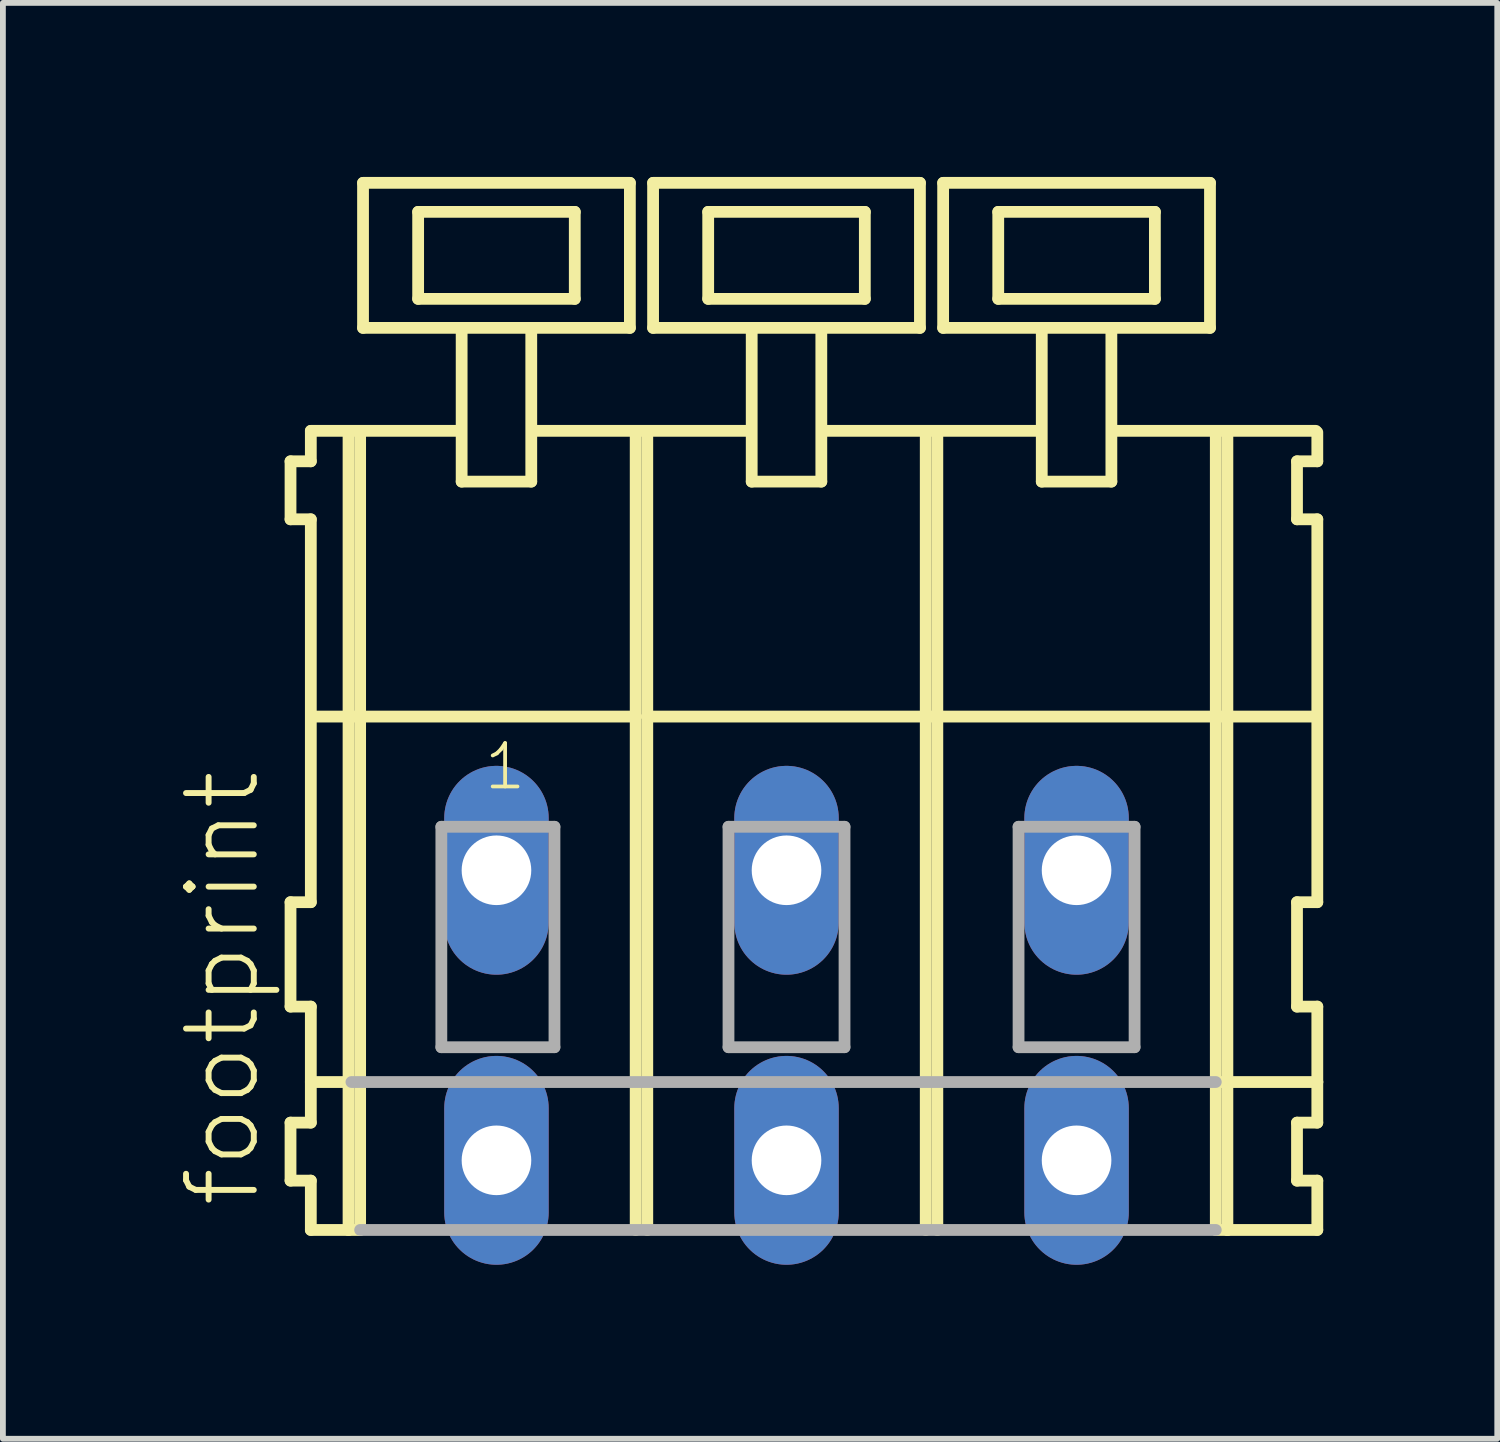
<source format=kicad_pcb>
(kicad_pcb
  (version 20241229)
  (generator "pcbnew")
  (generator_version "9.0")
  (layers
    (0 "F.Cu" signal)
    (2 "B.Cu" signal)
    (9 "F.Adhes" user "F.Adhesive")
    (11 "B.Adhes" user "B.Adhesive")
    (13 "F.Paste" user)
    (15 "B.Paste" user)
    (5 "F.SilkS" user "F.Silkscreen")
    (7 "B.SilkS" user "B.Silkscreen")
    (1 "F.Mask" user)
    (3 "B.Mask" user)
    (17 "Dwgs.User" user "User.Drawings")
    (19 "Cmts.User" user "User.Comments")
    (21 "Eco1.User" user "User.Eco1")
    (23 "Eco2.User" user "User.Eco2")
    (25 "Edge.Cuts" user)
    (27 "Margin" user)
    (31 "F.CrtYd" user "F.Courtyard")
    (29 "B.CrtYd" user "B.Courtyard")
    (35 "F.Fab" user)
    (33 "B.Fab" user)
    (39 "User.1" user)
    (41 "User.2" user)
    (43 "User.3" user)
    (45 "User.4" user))
  (footprint "footprint"
    (layer "F.Cu")
    (at 8.008 11.952)
    (property "Reference" "footprint" (at -6.535 5.855 90) (layer "F.SilkS") (effects (font (size 1.168 1.168) (thickness 0.102)) (justify left bottom)))
    (fp_line (start -6.05 -7.05) (end -6.05 -6.05) (stroke (width 0.203) (type solid)) (layer "F.SilkS"))
    (fp_line (start -6.05 -6.05) (end -5.7 -6.05) (stroke (width 0.203) (type solid)) (layer "F.SilkS"))
    (fp_line (start -6.05 0.55) (end -6.05 2.35) (stroke (width 0.203) (type solid)) (layer "F.SilkS"))
    (fp_line (start -6.05 2.35) (end -5.7 2.35) (stroke (width 0.203) (type solid)) (layer "F.SilkS"))
    (fp_line (start -6.05 4.35) (end -6.05 5.35) (stroke (width 0.203) (type solid)) (layer "F.SilkS"))
    (fp_line (start -6.05 5.35) (end -5.7 5.35) (stroke (width 0.203) (type solid)) (layer "F.SilkS"))
    (fp_line (start -5.7 -7.575) (end -5.7 -7.05) (stroke (width 0.203) (type solid)) (layer "F.SilkS"))
    (fp_line (start -5.7 -7.575) (end -3.125 -7.575) (stroke (width 0.203) (type solid)) (layer "F.SilkS"))
    (fp_line (start -5.7 -7.05) (end -6.05 -7.05) (stroke (width 0.203) (type solid)) (layer "F.SilkS"))
    (fp_line (start -5.7 -6.05) (end -5.7 0.55) (stroke (width 0.203) (type solid)) (layer "F.SilkS"))
    (fp_line (start -5.7 0.55) (end -6.05 0.55) (stroke (width 0.203) (type solid)) (layer "F.SilkS"))
    (fp_line (start -5.7 2.35) (end -5.7 4.35) (stroke (width 0.203) (type solid)) (layer "F.SilkS"))
    (fp_line (start -5.7 3.65) (end -5 3.65) (stroke (width 0.203) (type solid)) (layer "F.SilkS"))
    (fp_line (start -5.7 4.35) (end -6.05 4.35) (stroke (width 0.203) (type solid)) (layer "F.SilkS"))
    (fp_line (start -5.7 5.35) (end -5.7 6.2) (stroke (width 0.203) (type solid)) (layer "F.SilkS"))
    (fp_line (start -5.7 6.2) (end -5.05 6.2) (stroke (width 0.203) (type solid)) (layer "F.SilkS"))
    (fp_line (start -5.65 -2.65) (end -0.1 -2.65) (stroke (width 0.203) (type solid)) (layer "F.SilkS"))
    (fp_line (start -5.05 -7.55) (end -5.05 6.2) (stroke (width 0.203) (type solid)) (layer "F.SilkS"))
    (fp_line (start -5.05 6.2) (end -4.85 6.2) (stroke (width 0.203) (type solid)) (layer "F.SilkS"))
    (fp_line (start -4.85 -7.55) (end -4.85 6.2) (stroke (width 0.203) (type solid)) (layer "F.SilkS"))
    (fp_line (start -4.8 -11.85) (end -4.8 -9.35) (stroke (width 0.203) (type solid)) (layer "F.SilkS"))
    (fp_line (start -4.8 -9.35) (end -3.1 -9.35) (stroke (width 0.203) (type solid)) (layer "F.SilkS"))
    (fp_line (start -3.85 -11.35) (end -3.85 -9.85) (stroke (width 0.203) (type solid)) (layer "F.SilkS"))
    (fp_line (start -3.85 -9.85) (end -1.15 -9.85) (stroke (width 0.203) (type solid)) (layer "F.SilkS"))
    (fp_line (start -3.1 -9.35) (end -3.1 -6.7) (stroke (width 0.203) (type solid)) (layer "F.SilkS"))
    (fp_line (start -3.1 -9.35) (end -1.9 -9.35) (stroke (width 0.203) (type solid)) (layer "F.SilkS"))
    (fp_line (start -3.1 -6.7) (end -1.9 -6.7) (stroke (width 0.203) (type solid)) (layer "F.SilkS"))
    (fp_line (start -1.9 -9.35) (end -0.2 -9.35) (stroke (width 0.203) (type solid)) (layer "F.SilkS"))
    (fp_line (start -1.9 -6.7) (end -1.9 -9.35) (stroke (width 0.203) (type solid)) (layer "F.SilkS"))
    (fp_line (start -1.825 -7.575) (end 1.875 -7.575) (stroke (width 0.203) (type solid)) (layer "F.SilkS"))
    (fp_line (start -1.15 -11.35) (end -3.85 -11.35) (stroke (width 0.203) (type solid)) (layer "F.SilkS"))
    (fp_line (start -1.15 -9.85) (end -1.15 -11.35) (stroke (width 0.203) (type solid)) (layer "F.SilkS"))
    (fp_line (start -0.2 -11.85) (end -4.8 -11.85) (stroke (width 0.203) (type solid)) (layer "F.SilkS"))
    (fp_line (start -0.2 -9.35) (end -0.2 -11.85) (stroke (width 0.203) (type solid)) (layer "F.SilkS"))
    (fp_line (start -0.1 -7.55) (end -0.1 -2.65) (stroke (width 0.203) (type solid)) (layer "F.SilkS"))
    (fp_line (start -0.1 -2.65) (end -0.1 6.2) (stroke (width 0.203) (type solid)) (layer "F.SilkS"))
    (fp_line (start 0.1 -7.55) (end 0.1 -2.65) (stroke (width 0.203) (type solid)) (layer "F.SilkS"))
    (fp_line (start 0.1 -2.65) (end 0.1 6.2) (stroke (width 0.203) (type solid)) (layer "F.SilkS"))
    (fp_line (start 0.1 -2.65) (end 4.9 -2.65) (stroke (width 0.203) (type solid)) (layer "F.SilkS"))
    (fp_line (start 0.2 -11.85) (end 0.2 -9.35) (stroke (width 0.203) (type solid)) (layer "F.SilkS"))
    (fp_line (start 0.2 -9.35) (end 1.9 -9.35) (stroke (width 0.203) (type solid)) (layer "F.SilkS"))
    (fp_line (start 1.15 -11.35) (end 1.15 -9.85) (stroke (width 0.203) (type solid)) (layer "F.SilkS"))
    (fp_line (start 1.15 -9.85) (end 3.85 -9.85) (stroke (width 0.203) (type solid)) (layer "F.SilkS"))
    (fp_line (start 1.9 -9.35) (end 1.9 -6.7) (stroke (width 0.203) (type solid)) (layer "F.SilkS"))
    (fp_line (start 1.9 -9.35) (end 3.1 -9.35) (stroke (width 0.203) (type solid)) (layer "F.SilkS"))
    (fp_line (start 1.9 -6.7) (end 3.1 -6.7) (stroke (width 0.203) (type solid)) (layer "F.SilkS"))
    (fp_line (start 3.1 -9.35) (end 4.8 -9.35) (stroke (width 0.203) (type solid)) (layer "F.SilkS"))
    (fp_line (start 3.1 -6.7) (end 3.1 -9.35) (stroke (width 0.203) (type solid)) (layer "F.SilkS"))
    (fp_line (start 3.125 -7.575) (end 6.875 -7.575) (stroke (width 0.203) (type solid)) (layer "F.SilkS"))
    (fp_line (start 3.85 -11.35) (end 1.15 -11.35) (stroke (width 0.203) (type solid)) (layer "F.SilkS"))
    (fp_line (start 3.85 -9.85) (end 3.85 -11.35) (stroke (width 0.203) (type solid)) (layer "F.SilkS"))
    (fp_line (start 4.8 -11.85) (end 0.2 -11.85) (stroke (width 0.203) (type solid)) (layer "F.SilkS"))
    (fp_line (start 4.8 -9.35) (end 4.8 -11.85) (stroke (width 0.203) (type solid)) (layer "F.SilkS"))
    (fp_line (start 4.9 -7.55) (end 4.9 -2.65) (stroke (width 0.203) (type solid)) (layer "F.SilkS"))
    (fp_line (start 4.9 -2.65) (end 4.9 6.2) (stroke (width 0.203) (type solid)) (layer "F.SilkS"))
    (fp_line (start 4.9 -2.65) (end 5.1 -2.65) (stroke (width 0.203) (type solid)) (layer "F.SilkS"))
    (fp_line (start 5.1 -7.55) (end 5.1 -2.65) (stroke (width 0.203) (type solid)) (layer "F.SilkS"))
    (fp_line (start 5.1 -2.65) (end 5.1 6.2) (stroke (width 0.203) (type solid)) (layer "F.SilkS"))
    (fp_line (start 5.1 -2.65) (end 9.9 -2.65) (stroke (width 0.203) (type solid)) (layer "F.SilkS"))
    (fp_line (start 5.2 -11.85) (end 5.2 -9.35) (stroke (width 0.203) (type solid)) (layer "F.SilkS"))
    (fp_line (start 5.2 -9.35) (end 6.9 -9.35) (stroke (width 0.203) (type solid)) (layer "F.SilkS"))
    (fp_line (start 6.15 -11.35) (end 6.15 -9.85) (stroke (width 0.203) (type solid)) (layer "F.SilkS"))
    (fp_line (start 6.15 -9.85) (end 8.85 -9.85) (stroke (width 0.203) (type solid)) (layer "F.SilkS"))
    (fp_line (start 6.9 -9.35) (end 6.9 -6.7) (stroke (width 0.203) (type solid)) (layer "F.SilkS"))
    (fp_line (start 6.9 -9.35) (end 8.1 -9.35) (stroke (width 0.203) (type solid)) (layer "F.SilkS"))
    (fp_line (start 6.9 -6.7) (end 8.1 -6.7) (stroke (width 0.203) (type solid)) (layer "F.SilkS"))
    (fp_line (start 8.1 -9.35) (end 9.8 -9.35) (stroke (width 0.203) (type solid)) (layer "F.SilkS"))
    (fp_line (start 8.1 -6.7) (end 8.1 -9.35) (stroke (width 0.203) (type solid)) (layer "F.SilkS"))
    (fp_line (start 8.125 -7.575) (end 11.625 -7.575) (stroke (width 0.203) (type solid)) (layer "F.SilkS"))
    (fp_line (start 8.85 -11.35) (end 6.15 -11.35) (stroke (width 0.203) (type solid)) (layer "F.SilkS"))
    (fp_line (start 8.85 -9.85) (end 8.85 -11.35) (stroke (width 0.203) (type solid)) (layer "F.SilkS"))
    (fp_line (start 9.8 -11.85) (end 5.2 -11.85) (stroke (width 0.203) (type solid)) (layer "F.SilkS"))
    (fp_line (start 9.8 -9.35) (end 9.8 -11.85) (stroke (width 0.203) (type solid)) (layer "F.SilkS"))
    (fp_line (start 9.9 -7.55) (end 9.9 -2.65) (stroke (width 0.203) (type solid)) (layer "F.SilkS"))
    (fp_line (start 9.9 -2.65) (end 9.9 6.2) (stroke (width 0.203) (type solid)) (layer "F.SilkS"))
    (fp_line (start 9.9 -2.65) (end 10.1 -2.65) (stroke (width 0.203) (type solid)) (layer "F.SilkS"))
    (fp_line (start 9.9 6.2) (end 10.1 6.2) (stroke (width 0.203) (type solid)) (layer "F.SilkS"))
    (fp_line (start 9.95 3.65) (end 11.65 3.65) (stroke (width 0.203) (type solid)) (layer "F.SilkS"))
    (fp_line (start 10.1 -7.55) (end 10.1 -2.65) (stroke (width 0.203) (type solid)) (layer "F.SilkS"))
    (fp_line (start 10.1 -2.65) (end 10.1 6.2) (stroke (width 0.203) (type solid)) (layer "F.SilkS"))
    (fp_line (start 10.1 -2.65) (end 11.6 -2.65) (stroke (width 0.203) (type solid)) (layer "F.SilkS"))
    (fp_line (start 10.1 6.2) (end 11.65 6.2) (stroke (width 0.203) (type solid)) (layer "F.SilkS"))
    (fp_line (start 11.3 -7.05) (end 11.3 -6.05) (stroke (width 0.203) (type solid)) (layer "F.SilkS"))
    (fp_line (start 11.3 -6.05) (end 11.65 -6.05) (stroke (width 0.203) (type solid)) (layer "F.SilkS"))
    (fp_line (start 11.3 0.55) (end 11.3 2.35) (stroke (width 0.203) (type solid)) (layer "F.SilkS"))
    (fp_line (start 11.3 2.35) (end 11.65 2.35) (stroke (width 0.203) (type solid)) (layer "F.SilkS"))
    (fp_line (start 11.3 4.35) (end 11.3 5.35) (stroke (width 0.203) (type solid)) (layer "F.SilkS"))
    (fp_line (start 11.3 5.35) (end 11.65 5.35) (stroke (width 0.203) (type solid)) (layer "F.SilkS"))
    (fp_line (start 11.65 -7.05) (end 11.3 -7.05) (stroke (width 0.203) (type solid)) (layer "F.SilkS"))
    (fp_line (start 11.65 -7.05) (end 11.65 -7.55) (stroke (width 0.203) (type solid)) (layer "F.SilkS"))
    (fp_line (start 11.65 0.55) (end 11.3 0.55) (stroke (width 0.203) (type solid)) (layer "F.SilkS"))
    (fp_line (start 11.65 0.55) (end 11.65 -6.05) (stroke (width 0.203) (type solid)) (layer "F.SilkS"))
    (fp_line (start 11.65 3.65) (end 11.65 2.35) (stroke (width 0.203) (type solid)) (layer "F.SilkS"))
    (fp_line (start 11.65 4.35) (end 11.3 4.35) (stroke (width 0.203) (type solid)) (layer "F.SilkS"))
    (fp_line (start 11.65 4.35) (end 11.65 3.65) (stroke (width 0.203) (type solid)) (layer "F.SilkS"))
    (fp_line (start 11.65 6.2) (end 11.65 5.35) (stroke (width 0.203) (type solid)) (layer "F.SilkS"))
    (fp_line (start -5 3.65) (end 9.9 3.65) (stroke (width 0.203) (type solid)) (layer "F.Fab"))
    (fp_line (start -4.85 6.2) (end 9.9 6.2) (stroke (width 0.203) (type solid)) (layer "F.Fab"))
    (fp_line (start -3.45 -0.75) (end -3.45 3.05) (stroke (width 0.203) (type solid)) (layer "F.Fab"))
    (fp_line (start -3.45 3.05) (end -1.5 3.05) (stroke (width 0.203) (type solid)) (layer "F.Fab"))
    (fp_line (start -1.5 -0.75) (end -3.45 -0.75) (stroke (width 0.203) (type solid)) (layer "F.Fab"))
    (fp_line (start -1.5 3.05) (end -1.5 -0.75) (stroke (width 0.203) (type solid)) (layer "F.Fab"))
    (fp_line (start 1.5 -0.75) (end 1.5 3.05) (stroke (width 0.203) (type solid)) (layer "F.Fab"))
    (fp_line (start 1.5 3.05) (end 3.5 3.05) (stroke (width 0.203) (type solid)) (layer "F.Fab"))
    (fp_line (start 3.5 -0.75) (end 1.5 -0.75) (stroke (width 0.203) (type solid)) (layer "F.Fab"))
    (fp_line (start 3.5 3.05) (end 3.5 -0.75) (stroke (width 0.203) (type solid)) (layer "F.Fab"))
    (fp_line (start 6.5 -0.75) (end 6.5 3.05) (stroke (width 0.203) (type solid)) (layer "F.Fab"))
    (fp_line (start 6.5 3.05) (end 8.5 3.05) (stroke (width 0.203) (type solid)) (layer "F.Fab"))
    (fp_line (start 8.5 -0.75) (end 6.5 -0.75) (stroke (width 0.203) (type solid)) (layer "F.Fab"))
    (fp_line (start 8.5 3.05) (end 8.5 -0.75) (stroke (width 0.203) (type solid)) (layer "F.Fab"))
    (fp_text user "1" (at -2.75 -1.35 0) (layer "F.SilkS") (effects (font (size 0.748 0.748) (thickness 0.065)) (justify left bottom)))
    (pad "A1" thru_hole oval (at -2.5 0 90) (size 3.6 1.8) (drill 1.2) (layers "*.Cu" "*.Mask"))
    (pad "A2" thru_hole oval (at 2.5 0 90) (size 3.6 1.8) (drill 1.2) (layers "*.Cu" "*.Mask"))
    (pad "A3" thru_hole oval (at 7.5 0 90) (size 3.6 1.8) (drill 1.2) (layers "*.Cu" "*.Mask"))
    (pad "B1" thru_hole oval (at -2.5 5 90) (size 3.6 1.8) (drill 1.2) (layers "*.Cu" "*.Mask"))
    (pad "B2" thru_hole oval (at 2.5 5 90) (size 3.6 1.8) (drill 1.2) (layers "*.Cu" "*.Mask"))
    (pad "B3" thru_hole oval (at 7.5 5 90) (size 3.6 1.8) (drill 1.2) (layers "*.Cu" "*.Mask")))
  (gr_rect
    (start -3 -3)
    (end 22.76 21.752)
    (stroke (width 0.1) (type default))
    (fill no)
    (layer "Edge.Cuts")))
</source>
